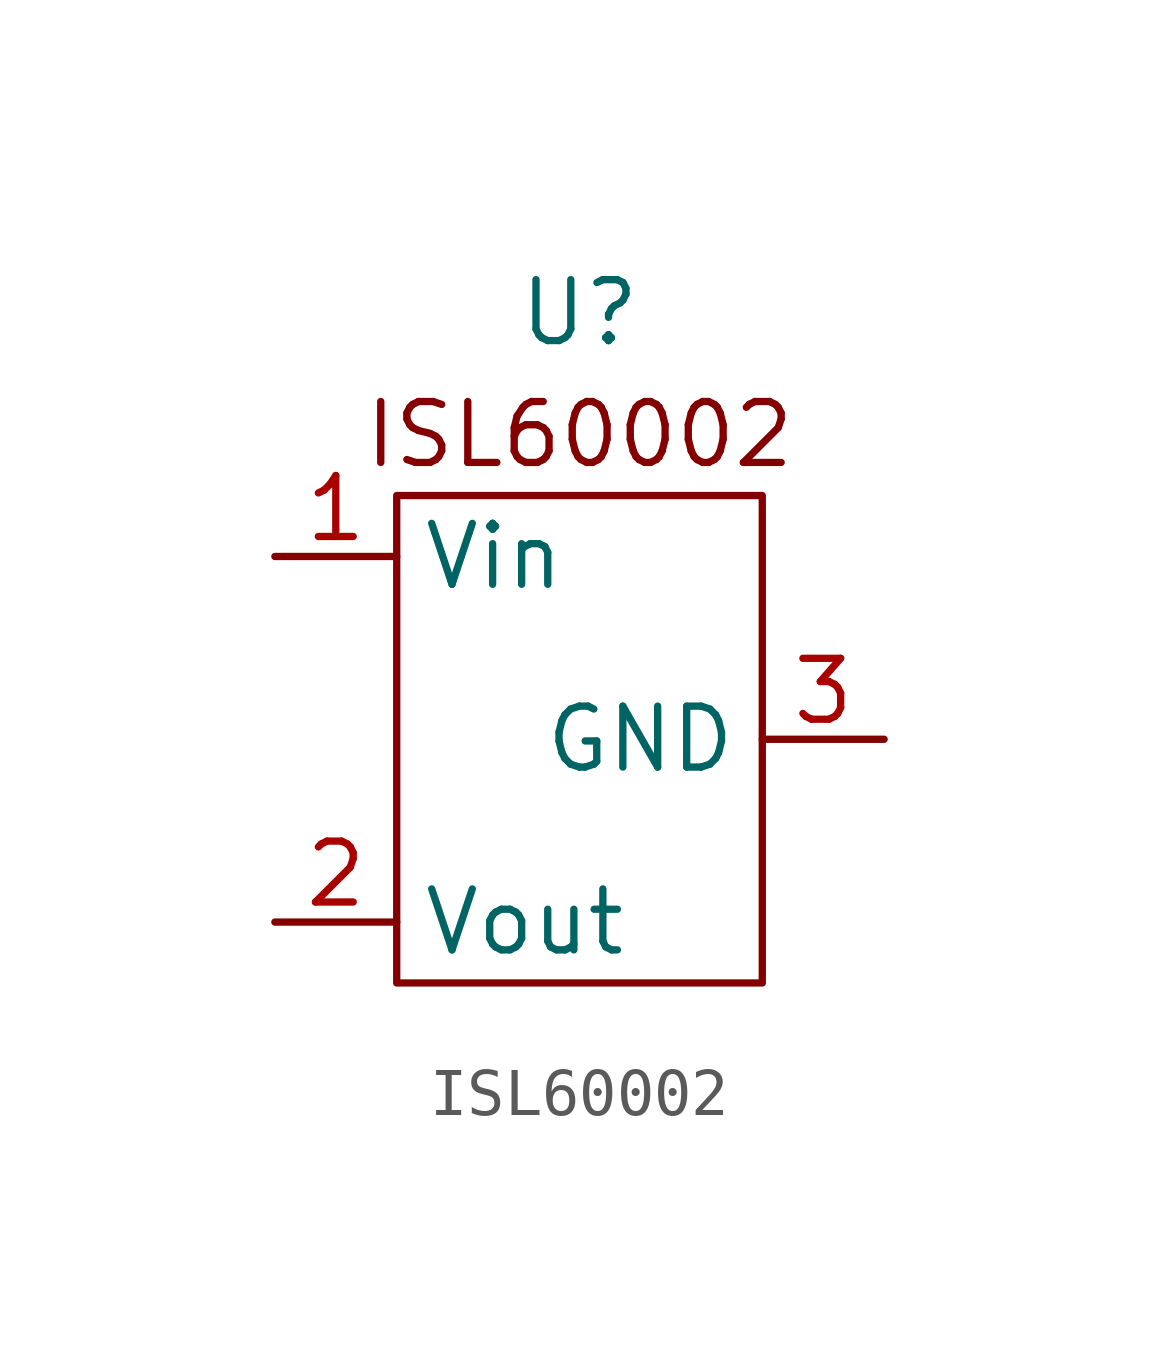
<source format=kicad_sym>
(kicad_symbol_lib
  (version 20220914)
  (generator kicad_symbol_editor)
  (symbol "ISL60002"
    (property "Reference" "U"
      (at 0 8.89 0)
      (effects (font (size 1.27 1.27))))
    (property "Value" ""
      (at -1.27 1.27 0)
      (effects (font (size 1.27 1.27))))
    (symbol "ISL60002_0_1"
      (rectangle (start -3.81 5.08) (end 3.81 -5.08) (stroke (width 0) (type default)) (fill (type none))))
    (symbol "ISL60002_1_1"
      (text "ISL60002" (at 0 6.35 0) (effects (font (size 1.27 1.27))))
      (pin power_in line (at -6.35 3.81 0) (length 2.54) (name "Vin" (effects (font (size 1.27 1.27)))) (number "1" (effects (font (size 1.27 1.27)))))
      (pin power_out line (at -6.35 -3.81 0) (length 2.54) (name "Vout" (effects (font (size 1.27 1.27)))) (number "2" (effects (font (size 1.27 1.27)))))
      (pin input line (at 6.35 0 180) (length 2.54) (name "GND" (effects (font (size 1.27 1.27)))) (number "3" (effects (font (size 1.27 1.27))))))))
</source>
